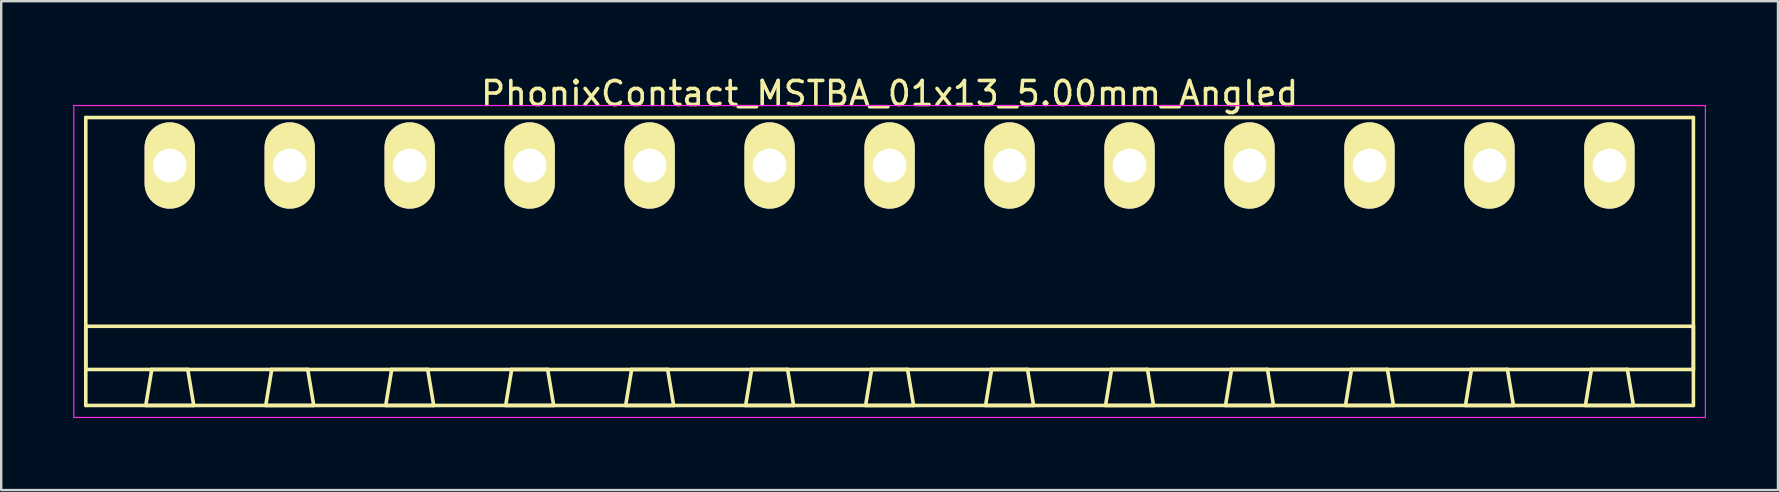
<source format=kicad_pcb>
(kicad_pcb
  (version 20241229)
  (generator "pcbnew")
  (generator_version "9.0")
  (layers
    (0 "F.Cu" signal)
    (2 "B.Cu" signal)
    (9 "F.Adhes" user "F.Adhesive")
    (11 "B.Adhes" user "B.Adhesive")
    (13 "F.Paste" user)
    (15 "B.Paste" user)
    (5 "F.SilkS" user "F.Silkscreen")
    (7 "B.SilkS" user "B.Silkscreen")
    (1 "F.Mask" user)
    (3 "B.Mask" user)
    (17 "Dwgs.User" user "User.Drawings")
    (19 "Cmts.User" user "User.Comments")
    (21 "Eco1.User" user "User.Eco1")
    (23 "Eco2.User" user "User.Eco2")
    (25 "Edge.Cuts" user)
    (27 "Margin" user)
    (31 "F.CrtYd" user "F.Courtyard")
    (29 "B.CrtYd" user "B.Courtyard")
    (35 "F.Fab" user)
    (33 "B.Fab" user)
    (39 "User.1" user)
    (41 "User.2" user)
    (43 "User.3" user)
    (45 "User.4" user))
  (footprint "PhonixContact_MSTBA_01x13_5.00mm_Angled"
    (layer "F.Cu")
    (at 4.025 3.848)
    (property "Reference" "PhonixContact_MSTBA_01x13_5.00mm_Angled" (at 30 -3 0) (layer "F.SilkS") (effects (font (size 1 1) (thickness 0.15))))
    (attr through_hole)
    (fp_line (start -3.5 -2) (end -3.5 10) (stroke (width 0.15) (type solid)) (layer "F.SilkS"))
    (fp_line (start -3.5 6.7) (end 63.5 6.7) (stroke (width 0.15) (type solid)) (layer "F.SilkS"))
    (fp_line (start -3.5 8.5) (end -3.5 6.7) (stroke (width 0.15) (type solid)) (layer "F.SilkS"))
    (fp_line (start -3.5 10) (end 63.5 10) (stroke (width 0.15) (type solid)) (layer "F.SilkS"))
    (fp_line (start -1 10) (end 1 10) (stroke (width 0.15) (type solid)) (layer "F.SilkS"))
    (fp_line (start -0.75 8.5) (end -1 10) (stroke (width 0.15) (type solid)) (layer "F.SilkS"))
    (fp_line (start 0.75 8.5) (end -0.75 8.5) (stroke (width 0.15) (type solid)) (layer "F.SilkS"))
    (fp_line (start 1 10) (end 0.75 8.5) (stroke (width 0.15) (type solid)) (layer "F.SilkS"))
    (fp_line (start 4 10) (end 6 10) (stroke (width 0.15) (type solid)) (layer "F.SilkS"))
    (fp_line (start 4.25 8.5) (end 4 10) (stroke (width 0.15) (type solid)) (layer "F.SilkS"))
    (fp_line (start 5.75 8.5) (end 4.25 8.5) (stroke (width 0.15) (type solid)) (layer "F.SilkS"))
    (fp_line (start 6 10) (end 5.75 8.5) (stroke (width 0.15) (type solid)) (layer "F.SilkS"))
    (fp_line (start 9 10) (end 11 10) (stroke (width 0.15) (type solid)) (layer "F.SilkS"))
    (fp_line (start 9.25 8.5) (end 9 10) (stroke (width 0.15) (type solid)) (layer "F.SilkS"))
    (fp_line (start 10.75 8.5) (end 9.25 8.5) (stroke (width 0.15) (type solid)) (layer "F.SilkS"))
    (fp_line (start 11 10) (end 10.75 8.5) (stroke (width 0.15) (type solid)) (layer "F.SilkS"))
    (fp_line (start 14 10) (end 16 10) (stroke (width 0.15) (type solid)) (layer "F.SilkS"))
    (fp_line (start 14.25 8.5) (end 14 10) (stroke (width 0.15) (type solid)) (layer "F.SilkS"))
    (fp_line (start 15.75 8.5) (end 14.25 8.5) (stroke (width 0.15) (type solid)) (layer "F.SilkS"))
    (fp_line (start 16 10) (end 15.75 8.5) (stroke (width 0.15) (type solid)) (layer "F.SilkS"))
    (fp_line (start 19 10) (end 21 10) (stroke (width 0.15) (type solid)) (layer "F.SilkS"))
    (fp_line (start 19.25 8.5) (end 19 10) (stroke (width 0.15) (type solid)) (layer "F.SilkS"))
    (fp_line (start 20.75 8.5) (end 19.25 8.5) (stroke (width 0.15) (type solid)) (layer "F.SilkS"))
    (fp_line (start 21 10) (end 20.75 8.5) (stroke (width 0.15) (type solid)) (layer "F.SilkS"))
    (fp_line (start 24 10) (end 26 10) (stroke (width 0.15) (type solid)) (layer "F.SilkS"))
    (fp_line (start 24.25 8.5) (end 24 10) (stroke (width 0.15) (type solid)) (layer "F.SilkS"))
    (fp_line (start 25.75 8.5) (end 24.25 8.5) (stroke (width 0.15) (type solid)) (layer "F.SilkS"))
    (fp_line (start 26 10) (end 25.75 8.5) (stroke (width 0.15) (type solid)) (layer "F.SilkS"))
    (fp_line (start 29 10) (end 31 10) (stroke (width 0.15) (type solid)) (layer "F.SilkS"))
    (fp_line (start 29.25 8.5) (end 29 10) (stroke (width 0.15) (type solid)) (layer "F.SilkS"))
    (fp_line (start 30.75 8.5) (end 29.25 8.5) (stroke (width 0.15) (type solid)) (layer "F.SilkS"))
    (fp_line (start 31 10) (end 30.75 8.5) (stroke (width 0.15) (type solid)) (layer "F.SilkS"))
    (fp_line (start 34 10) (end 36 10) (stroke (width 0.15) (type solid)) (layer "F.SilkS"))
    (fp_line (start 34.25 8.5) (end 34 10) (stroke (width 0.15) (type solid)) (layer "F.SilkS"))
    (fp_line (start 35.75 8.5) (end 34.25 8.5) (stroke (width 0.15) (type solid)) (layer "F.SilkS"))
    (fp_line (start 36 10) (end 35.75 8.5) (stroke (width 0.15) (type solid)) (layer "F.SilkS"))
    (fp_line (start 39 10) (end 41 10) (stroke (width 0.15) (type solid)) (layer "F.SilkS"))
    (fp_line (start 39.25 8.5) (end 39 10) (stroke (width 0.15) (type solid)) (layer "F.SilkS"))
    (fp_line (start 40.75 8.5) (end 39.25 8.5) (stroke (width 0.15) (type solid)) (layer "F.SilkS"))
    (fp_line (start 41 10) (end 40.75 8.5) (stroke (width 0.15) (type solid)) (layer "F.SilkS"))
    (fp_line (start 44 10) (end 46 10) (stroke (width 0.15) (type solid)) (layer "F.SilkS"))
    (fp_line (start 44.25 8.5) (end 44 10) (stroke (width 0.15) (type solid)) (layer "F.SilkS"))
    (fp_line (start 45.75 8.5) (end 44.25 8.5) (stroke (width 0.15) (type solid)) (layer "F.SilkS"))
    (fp_line (start 46 10) (end 45.75 8.5) (stroke (width 0.15) (type solid)) (layer "F.SilkS"))
    (fp_line (start 49 10) (end 51 10) (stroke (width 0.15) (type solid)) (layer "F.SilkS"))
    (fp_line (start 49.25 8.5) (end 49 10) (stroke (width 0.15) (type solid)) (layer "F.SilkS"))
    (fp_line (start 50.75 8.5) (end 49.25 8.5) (stroke (width 0.15) (type solid)) (layer "F.SilkS"))
    (fp_line (start 51 10) (end 50.75 8.5) (stroke (width 0.15) (type solid)) (layer "F.SilkS"))
    (fp_line (start 54 10) (end 56 10) (stroke (width 0.15) (type solid)) (layer "F.SilkS"))
    (fp_line (start 54.25 8.5) (end 54 10) (stroke (width 0.15) (type solid)) (layer "F.SilkS"))
    (fp_line (start 55.75 8.5) (end 54.25 8.5) (stroke (width 0.15) (type solid)) (layer "F.SilkS"))
    (fp_line (start 56 10) (end 55.75 8.5) (stroke (width 0.15) (type solid)) (layer "F.SilkS"))
    (fp_line (start 59 10) (end 61 10) (stroke (width 0.15) (type solid)) (layer "F.SilkS"))
    (fp_line (start 59.25 8.5) (end 59 10) (stroke (width 0.15) (type solid)) (layer "F.SilkS"))
    (fp_line (start 60.75 8.5) (end 59.25 8.5) (stroke (width 0.15) (type solid)) (layer "F.SilkS"))
    (fp_line (start 61 10) (end 60.75 8.5) (stroke (width 0.15) (type solid)) (layer "F.SilkS"))
    (fp_line (start 63.5 -2) (end -3.5 -2) (stroke (width 0.15) (type solid)) (layer "F.SilkS"))
    (fp_line (start 63.5 6.7) (end 63.5 8.5) (stroke (width 0.15) (type solid)) (layer "F.SilkS"))
    (fp_line (start 63.5 8.5) (end -3.5 8.5) (stroke (width 0.15) (type solid)) (layer "F.SilkS"))
    (fp_line (start 63.5 10) (end 63.5 -2) (stroke (width 0.15) (type solid)) (layer "F.SilkS"))
    (fp_line (start -4 -2.5) (end -4 10.5) (stroke (width 0.05) (type solid)) (layer "F.CrtYd"))
    (fp_line (start -4 10.5) (end 64 10.5) (stroke (width 0.05) (type solid)) (layer "F.CrtYd"))
    (fp_line (start 64 -2.5) (end -4 -2.5) (stroke (width 0.05) (type solid)) (layer "F.CrtYd"))
    (fp_line (start 64 10.5) (end 64 -2.5) (stroke (width 0.05) (type solid)) (layer "F.CrtYd"))
    (pad "1" thru_hole oval (at 0 0) (size 2.1 3.6) (drill 1.4) (layers "*.Cu" "*.Mask" "F.SilkS"))
    (pad "2" thru_hole oval (at 5 0) (size 2.1 3.6) (drill 1.4) (layers "*.Cu" "*.Mask" "F.SilkS"))
    (pad "3" thru_hole oval (at 10 0) (size 2.1 3.6) (drill 1.4) (layers "*.Cu" "*.Mask" "F.SilkS"))
    (pad "4" thru_hole oval (at 15 0) (size 2.1 3.6) (drill 1.4) (layers "*.Cu" "*.Mask" "F.SilkS"))
    (pad "5" thru_hole oval (at 20 0) (size 2.1 3.6) (drill 1.4) (layers "*.Cu" "*.Mask" "F.SilkS"))
    (pad "6" thru_hole oval (at 25 0) (size 2.1 3.6) (drill 1.4) (layers "*.Cu" "*.Mask" "F.SilkS"))
    (pad "7" thru_hole oval (at 30 0) (size 2.1 3.6) (drill 1.4) (layers "*.Cu" "*.Mask" "F.SilkS"))
    (pad "8" thru_hole oval (at 35 0) (size 2.1 3.6) (drill 1.4) (layers "*.Cu" "*.Mask" "F.SilkS"))
    (pad "9" thru_hole oval (at 40 0) (size 2.1 3.6) (drill 1.4) (layers "*.Cu" "*.Mask" "F.SilkS"))
    (pad "10" thru_hole oval (at 45 0) (size 2.1 3.6) (drill 1.4) (layers "*.Cu" "*.Mask" "F.SilkS"))
    (pad "11" thru_hole oval (at 50 0) (size 2.1 3.6) (drill 1.4) (layers "*.Cu" "*.Mask" "F.SilkS"))
    (pad "12" thru_hole oval (at 55 0) (size 2.1 3.6) (drill 1.4) (layers "*.Cu" "*.Mask" "F.SilkS"))
    (pad "13" thru_hole oval (at 60 0) (size 2.1 3.6) (drill 1.4) (layers "*.Cu" "*.Mask" "F.SilkS")))
  (gr_rect
    (start -3 -3)
    (end 71.05 17.373)
    (stroke (width 0.1) (type default))
    (fill no)
    (layer "Edge.Cuts")))
</source>
